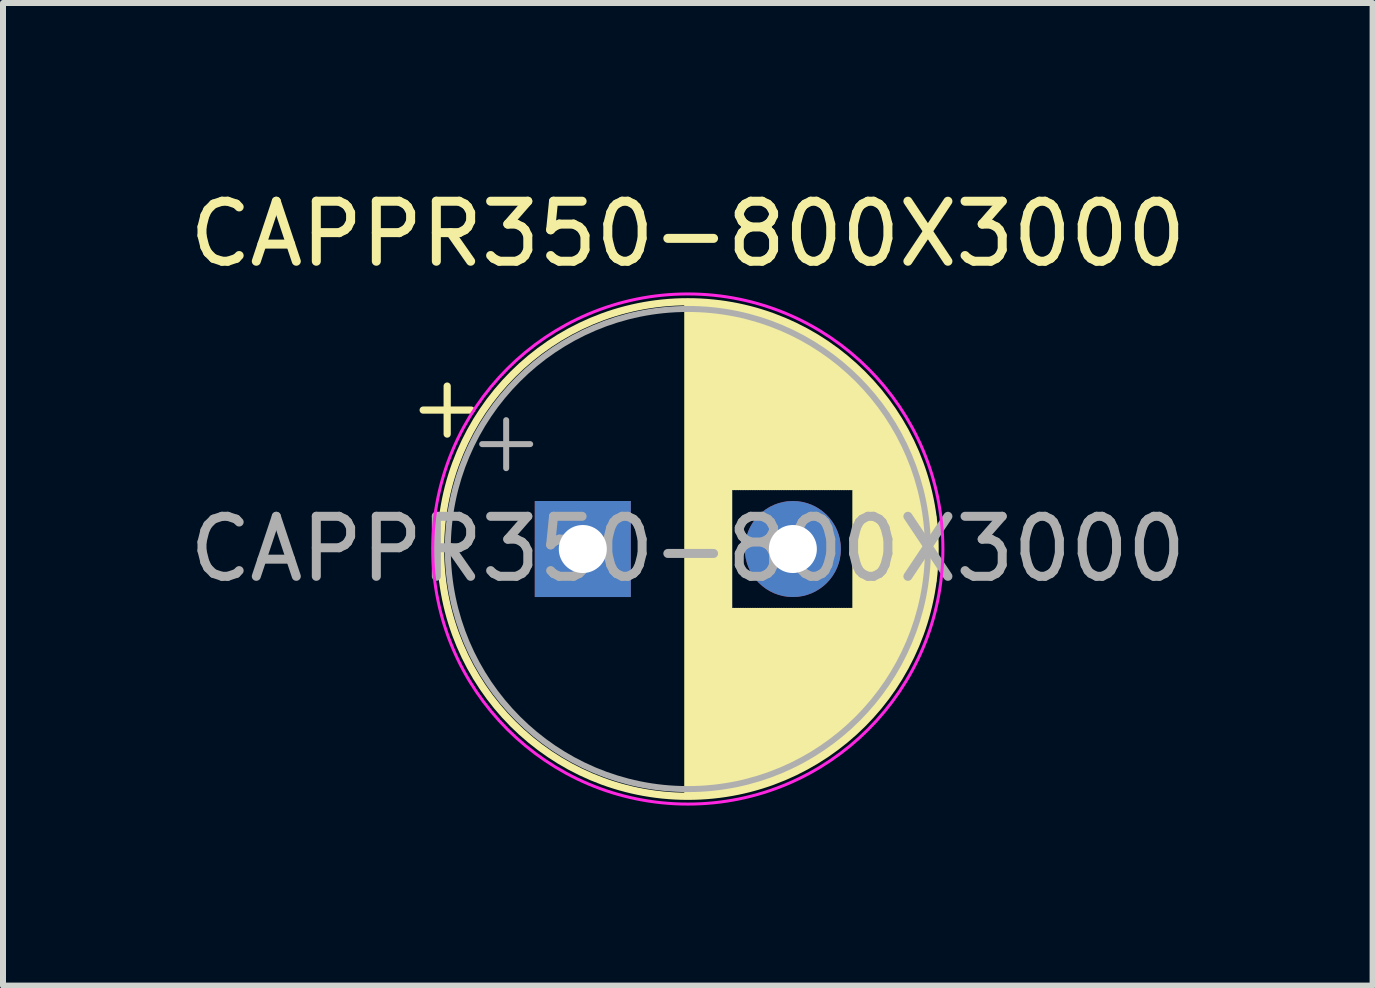
<source format=kicad_pcb>
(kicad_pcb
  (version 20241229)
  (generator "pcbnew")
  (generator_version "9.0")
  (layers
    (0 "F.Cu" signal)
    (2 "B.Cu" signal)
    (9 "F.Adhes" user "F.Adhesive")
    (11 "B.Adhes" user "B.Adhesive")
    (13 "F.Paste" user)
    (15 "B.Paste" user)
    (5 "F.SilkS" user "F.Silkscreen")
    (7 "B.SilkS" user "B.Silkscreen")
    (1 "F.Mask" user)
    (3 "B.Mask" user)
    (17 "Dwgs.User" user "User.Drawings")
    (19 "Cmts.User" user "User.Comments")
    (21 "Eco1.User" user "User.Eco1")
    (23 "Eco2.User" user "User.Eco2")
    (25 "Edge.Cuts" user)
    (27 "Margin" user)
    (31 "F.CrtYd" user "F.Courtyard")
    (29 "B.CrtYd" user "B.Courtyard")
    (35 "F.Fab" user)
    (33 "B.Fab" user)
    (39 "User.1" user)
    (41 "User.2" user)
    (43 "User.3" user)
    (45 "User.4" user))
  (footprint "CAPPR350-800X3000"
    (layer "F.Cu")
    (at 6.661 6.098)
    (property "Reference" "CAPPR350-800X3000" (at 1.75 -5.25 0) (layer "F.SilkS") (effects (font (size 1 1) (thickness 0.15))))
    (attr through_hole)
    (fp_line (start -2.66 -2.315) (end -1.86 -2.315) (stroke (width 0.12) (type solid)) (layer "F.SilkS"))
    (fp_line (start -2.26 -2.715) (end -2.26 -1.915) (stroke (width 0.12) (type solid)) (layer "F.SilkS"))
    (fp_line (start 1.75 -4.08) (end 1.75 4.08) (stroke (width 0.12) (type solid)) (layer "F.SilkS"))
    (fp_line (start 1.79 -4.08) (end 1.79 4.08) (stroke (width 0.12) (type solid)) (layer "F.SilkS"))
    (fp_line (start 1.83 -4.08) (end 1.83 4.08) (stroke (width 0.12) (type solid)) (layer "F.SilkS"))
    (fp_line (start 1.87 -4.079) (end 1.87 4.079) (stroke (width 0.12) (type solid)) (layer "F.SilkS"))
    (fp_line (start 1.91 -4.077) (end 1.91 4.077) (stroke (width 0.12) (type solid)) (layer "F.SilkS"))
    (fp_line (start 1.95 -4.076) (end 1.95 4.076) (stroke (width 0.12) (type solid)) (layer "F.SilkS"))
    (fp_line (start 1.99 -4.074) (end 1.99 4.074) (stroke (width 0.12) (type solid)) (layer "F.SilkS"))
    (fp_line (start 2.03 -4.071) (end 2.03 4.071) (stroke (width 0.12) (type solid)) (layer "F.SilkS"))
    (fp_line (start 2.07 -4.068) (end 2.07 4.068) (stroke (width 0.12) (type solid)) (layer "F.SilkS"))
    (fp_line (start 2.11 -4.065) (end 2.11 4.065) (stroke (width 0.12) (type solid)) (layer "F.SilkS"))
    (fp_line (start 2.15 -4.061) (end 2.15 4.061) (stroke (width 0.12) (type solid)) (layer "F.SilkS"))
    (fp_line (start 2.19 -4.057) (end 2.19 4.057) (stroke (width 0.12) (type solid)) (layer "F.SilkS"))
    (fp_line (start 2.23 -4.052) (end 2.23 4.052) (stroke (width 0.12) (type solid)) (layer "F.SilkS"))
    (fp_line (start 2.27 -4.048) (end 2.27 4.048) (stroke (width 0.12) (type solid)) (layer "F.SilkS"))
    (fp_line (start 2.31 -4.042) (end 2.31 4.042) (stroke (width 0.12) (type solid)) (layer "F.SilkS"))
    (fp_line (start 2.35 -4.037) (end 2.35 4.037) (stroke (width 0.12) (type solid)) (layer "F.SilkS"))
    (fp_line (start 2.39 -4.03) (end 2.39 4.03) (stroke (width 0.12) (type solid)) (layer "F.SilkS"))
    (fp_line (start 2.43 -4.024) (end 2.43 4.024) (stroke (width 0.12) (type solid)) (layer "F.SilkS"))
    (fp_line (start 2.471 -4.017) (end 2.471 -1.04) (stroke (width 0.12) (type solid)) (layer "F.SilkS"))
    (fp_line (start 2.471 1.04) (end 2.471 4.017) (stroke (width 0.12) (type solid)) (layer "F.SilkS"))
    (fp_line (start 2.511 -4.01) (end 2.511 -1.04) (stroke (width 0.12) (type solid)) (layer "F.SilkS"))
    (fp_line (start 2.511 1.04) (end 2.511 4.01) (stroke (width 0.12) (type solid)) (layer "F.SilkS"))
    (fp_line (start 2.551 -4.002) (end 2.551 -1.04) (stroke (width 0.12) (type solid)) (layer "F.SilkS"))
    (fp_line (start 2.551 1.04) (end 2.551 4.002) (stroke (width 0.12) (type solid)) (layer "F.SilkS"))
    (fp_line (start 2.591 -3.994) (end 2.591 -1.04) (stroke (width 0.12) (type solid)) (layer "F.SilkS"))
    (fp_line (start 2.591 1.04) (end 2.591 3.994) (stroke (width 0.12) (type solid)) (layer "F.SilkS"))
    (fp_line (start 2.631 -3.985) (end 2.631 -1.04) (stroke (width 0.12) (type solid)) (layer "F.SilkS"))
    (fp_line (start 2.631 1.04) (end 2.631 3.985) (stroke (width 0.12) (type solid)) (layer "F.SilkS"))
    (fp_line (start 2.671 -3.976) (end 2.671 -1.04) (stroke (width 0.12) (type solid)) (layer "F.SilkS"))
    (fp_line (start 2.671 1.04) (end 2.671 3.976) (stroke (width 0.12) (type solid)) (layer "F.SilkS"))
    (fp_line (start 2.711 -3.967) (end 2.711 -1.04) (stroke (width 0.12) (type solid)) (layer "F.SilkS"))
    (fp_line (start 2.711 1.04) (end 2.711 3.967) (stroke (width 0.12) (type solid)) (layer "F.SilkS"))
    (fp_line (start 2.751 -3.957) (end 2.751 -1.04) (stroke (width 0.12) (type solid)) (layer "F.SilkS"))
    (fp_line (start 2.751 1.04) (end 2.751 3.957) (stroke (width 0.12) (type solid)) (layer "F.SilkS"))
    (fp_line (start 2.791 -3.947) (end 2.791 -1.04) (stroke (width 0.12) (type solid)) (layer "F.SilkS"))
    (fp_line (start 2.791 1.04) (end 2.791 3.947) (stroke (width 0.12) (type solid)) (layer "F.SilkS"))
    (fp_line (start 2.831 -3.936) (end 2.831 -1.04) (stroke (width 0.12) (type solid)) (layer "F.SilkS"))
    (fp_line (start 2.831 1.04) (end 2.831 3.936) (stroke (width 0.12) (type solid)) (layer "F.SilkS"))
    (fp_line (start 2.871 -3.925) (end 2.871 -1.04) (stroke (width 0.12) (type solid)) (layer "F.SilkS"))
    (fp_line (start 2.871 1.04) (end 2.871 3.925) (stroke (width 0.12) (type solid)) (layer "F.SilkS"))
    (fp_line (start 2.911 -3.914) (end 2.911 -1.04) (stroke (width 0.12) (type solid)) (layer "F.SilkS"))
    (fp_line (start 2.911 1.04) (end 2.911 3.914) (stroke (width 0.12) (type solid)) (layer "F.SilkS"))
    (fp_line (start 2.951 -3.902) (end 2.951 -1.04) (stroke (width 0.12) (type solid)) (layer "F.SilkS"))
    (fp_line (start 2.951 1.04) (end 2.951 3.902) (stroke (width 0.12) (type solid)) (layer "F.SilkS"))
    (fp_line (start 2.991 -3.889) (end 2.991 -1.04) (stroke (width 0.12) (type solid)) (layer "F.SilkS"))
    (fp_line (start 2.991 1.04) (end 2.991 3.889) (stroke (width 0.12) (type solid)) (layer "F.SilkS"))
    (fp_line (start 3.031 -3.877) (end 3.031 -1.04) (stroke (width 0.12) (type solid)) (layer "F.SilkS"))
    (fp_line (start 3.031 1.04) (end 3.031 3.877) (stroke (width 0.12) (type solid)) (layer "F.SilkS"))
    (fp_line (start 3.071 -3.863) (end 3.071 -1.04) (stroke (width 0.12) (type solid)) (layer "F.SilkS"))
    (fp_line (start 3.071 1.04) (end 3.071 3.863) (stroke (width 0.12) (type solid)) (layer "F.SilkS"))
    (fp_line (start 3.111 -3.85) (end 3.111 -1.04) (stroke (width 0.12) (type solid)) (layer "F.SilkS"))
    (fp_line (start 3.111 1.04) (end 3.111 3.85) (stroke (width 0.12) (type solid)) (layer "F.SilkS"))
    (fp_line (start 3.151 -3.835) (end 3.151 -1.04) (stroke (width 0.12) (type solid)) (layer "F.SilkS"))
    (fp_line (start 3.151 1.04) (end 3.151 3.835) (stroke (width 0.12) (type solid)) (layer "F.SilkS"))
    (fp_line (start 3.191 -3.821) (end 3.191 -1.04) (stroke (width 0.12) (type solid)) (layer "F.SilkS"))
    (fp_line (start 3.191 1.04) (end 3.191 3.821) (stroke (width 0.12) (type solid)) (layer "F.SilkS"))
    (fp_line (start 3.231 -3.805) (end 3.231 -1.04) (stroke (width 0.12) (type solid)) (layer "F.SilkS"))
    (fp_line (start 3.231 1.04) (end 3.231 3.805) (stroke (width 0.12) (type solid)) (layer "F.SilkS"))
    (fp_line (start 3.271 -3.79) (end 3.271 -1.04) (stroke (width 0.12) (type solid)) (layer "F.SilkS"))
    (fp_line (start 3.271 1.04) (end 3.271 3.79) (stroke (width 0.12) (type solid)) (layer "F.SilkS"))
    (fp_line (start 3.311 -3.774) (end 3.311 -1.04) (stroke (width 0.12) (type solid)) (layer "F.SilkS"))
    (fp_line (start 3.311 1.04) (end 3.311 3.774) (stroke (width 0.12) (type solid)) (layer "F.SilkS"))
    (fp_line (start 3.351 -3.757) (end 3.351 -1.04) (stroke (width 0.12) (type solid)) (layer "F.SilkS"))
    (fp_line (start 3.351 1.04) (end 3.351 3.757) (stroke (width 0.12) (type solid)) (layer "F.SilkS"))
    (fp_line (start 3.391 -3.74) (end 3.391 -1.04) (stroke (width 0.12) (type solid)) (layer "F.SilkS"))
    (fp_line (start 3.391 1.04) (end 3.391 3.74) (stroke (width 0.12) (type solid)) (layer "F.SilkS"))
    (fp_line (start 3.431 -3.722) (end 3.431 -1.04) (stroke (width 0.12) (type solid)) (layer "F.SilkS"))
    (fp_line (start 3.431 1.04) (end 3.431 3.722) (stroke (width 0.12) (type solid)) (layer "F.SilkS"))
    (fp_line (start 3.471 -3.704) (end 3.471 -1.04) (stroke (width 0.12) (type solid)) (layer "F.SilkS"))
    (fp_line (start 3.471 1.04) (end 3.471 3.704) (stroke (width 0.12) (type solid)) (layer "F.SilkS"))
    (fp_line (start 3.511 -3.686) (end 3.511 -1.04) (stroke (width 0.12) (type solid)) (layer "F.SilkS"))
    (fp_line (start 3.511 1.04) (end 3.511 3.686) (stroke (width 0.12) (type solid)) (layer "F.SilkS"))
    (fp_line (start 3.551 -3.666) (end 3.551 -1.04) (stroke (width 0.12) (type solid)) (layer "F.SilkS"))
    (fp_line (start 3.551 1.04) (end 3.551 3.666) (stroke (width 0.12) (type solid)) (layer "F.SilkS"))
    (fp_line (start 3.591 -3.647) (end 3.591 -1.04) (stroke (width 0.12) (type solid)) (layer "F.SilkS"))
    (fp_line (start 3.591 1.04) (end 3.591 3.647) (stroke (width 0.12) (type solid)) (layer "F.SilkS"))
    (fp_line (start 3.631 -3.627) (end 3.631 -1.04) (stroke (width 0.12) (type solid)) (layer "F.SilkS"))
    (fp_line (start 3.631 1.04) (end 3.631 3.627) (stroke (width 0.12) (type solid)) (layer "F.SilkS"))
    (fp_line (start 3.671 -3.606) (end 3.671 -1.04) (stroke (width 0.12) (type solid)) (layer "F.SilkS"))
    (fp_line (start 3.671 1.04) (end 3.671 3.606) (stroke (width 0.12) (type solid)) (layer "F.SilkS"))
    (fp_line (start 3.711 -3.584) (end 3.711 -1.04) (stroke (width 0.12) (type solid)) (layer "F.SilkS"))
    (fp_line (start 3.711 1.04) (end 3.711 3.584) (stroke (width 0.12) (type solid)) (layer "F.SilkS"))
    (fp_line (start 3.751 -3.562) (end 3.751 -1.04) (stroke (width 0.12) (type solid)) (layer "F.SilkS"))
    (fp_line (start 3.751 1.04) (end 3.751 3.562) (stroke (width 0.12) (type solid)) (layer "F.SilkS"))
    (fp_line (start 3.791 -3.54) (end 3.791 -1.04) (stroke (width 0.12) (type solid)) (layer "F.SilkS"))
    (fp_line (start 3.791 1.04) (end 3.791 3.54) (stroke (width 0.12) (type solid)) (layer "F.SilkS"))
    (fp_line (start 3.831 -3.517) (end 3.831 -1.04) (stroke (width 0.12) (type solid)) (layer "F.SilkS"))
    (fp_line (start 3.831 1.04) (end 3.831 3.517) (stroke (width 0.12) (type solid)) (layer "F.SilkS"))
    (fp_line (start 3.871 -3.493) (end 3.871 -1.04) (stroke (width 0.12) (type solid)) (layer "F.SilkS"))
    (fp_line (start 3.871 1.04) (end 3.871 3.493) (stroke (width 0.12) (type solid)) (layer "F.SilkS"))
    (fp_line (start 3.911 -3.469) (end 3.911 -1.04) (stroke (width 0.12) (type solid)) (layer "F.SilkS"))
    (fp_line (start 3.911 1.04) (end 3.911 3.469) (stroke (width 0.12) (type solid)) (layer "F.SilkS"))
    (fp_line (start 3.951 -3.444) (end 3.951 -1.04) (stroke (width 0.12) (type solid)) (layer "F.SilkS"))
    (fp_line (start 3.951 1.04) (end 3.951 3.444) (stroke (width 0.12) (type solid)) (layer "F.SilkS"))
    (fp_line (start 3.991 -3.418) (end 3.991 -1.04) (stroke (width 0.12) (type solid)) (layer "F.SilkS"))
    (fp_line (start 3.991 1.04) (end 3.991 3.418) (stroke (width 0.12) (type solid)) (layer "F.SilkS"))
    (fp_line (start 4.031 -3.392) (end 4.031 -1.04) (stroke (width 0.12) (type solid)) (layer "F.SilkS"))
    (fp_line (start 4.031 1.04) (end 4.031 3.392) (stroke (width 0.12) (type solid)) (layer "F.SilkS"))
    (fp_line (start 4.071 -3.365) (end 4.071 -1.04) (stroke (width 0.12) (type solid)) (layer "F.SilkS"))
    (fp_line (start 4.071 1.04) (end 4.071 3.365) (stroke (width 0.12) (type solid)) (layer "F.SilkS"))
    (fp_line (start 4.111 -3.338) (end 4.111 -1.04) (stroke (width 0.12) (type solid)) (layer "F.SilkS"))
    (fp_line (start 4.111 1.04) (end 4.111 3.338) (stroke (width 0.12) (type solid)) (layer "F.SilkS"))
    (fp_line (start 4.151 -3.309) (end 4.151 -1.04) (stroke (width 0.12) (type solid)) (layer "F.SilkS"))
    (fp_line (start 4.151 1.04) (end 4.151 3.309) (stroke (width 0.12) (type solid)) (layer "F.SilkS"))
    (fp_line (start 4.191 -3.28) (end 4.191 -1.04) (stroke (width 0.12) (type solid)) (layer "F.SilkS"))
    (fp_line (start 4.191 1.04) (end 4.191 3.28) (stroke (width 0.12) (type solid)) (layer "F.SilkS"))
    (fp_line (start 4.231 -3.25) (end 4.231 -1.04) (stroke (width 0.12) (type solid)) (layer "F.SilkS"))
    (fp_line (start 4.231 1.04) (end 4.231 3.25) (stroke (width 0.12) (type solid)) (layer "F.SilkS"))
    (fp_line (start 4.271 -3.22) (end 4.271 -1.04) (stroke (width 0.12) (type solid)) (layer "F.SilkS"))
    (fp_line (start 4.271 1.04) (end 4.271 3.22) (stroke (width 0.12) (type solid)) (layer "F.SilkS"))
    (fp_line (start 4.311 -3.189) (end 4.311 -1.04) (stroke (width 0.12) (type solid)) (layer "F.SilkS"))
    (fp_line (start 4.311 1.04) (end 4.311 3.189) (stroke (width 0.12) (type solid)) (layer "F.SilkS"))
    (fp_line (start 4.351 -3.156) (end 4.351 -1.04) (stroke (width 0.12) (type solid)) (layer "F.SilkS"))
    (fp_line (start 4.351 1.04) (end 4.351 3.156) (stroke (width 0.12) (type solid)) (layer "F.SilkS"))
    (fp_line (start 4.391 -3.124) (end 4.391 -1.04) (stroke (width 0.12) (type solid)) (layer "F.SilkS"))
    (fp_line (start 4.391 1.04) (end 4.391 3.124) (stroke (width 0.12) (type solid)) (layer "F.SilkS"))
    (fp_line (start 4.431 -3.09) (end 4.431 -1.04) (stroke (width 0.12) (type solid)) (layer "F.SilkS"))
    (fp_line (start 4.431 1.04) (end 4.431 3.09) (stroke (width 0.12) (type solid)) (layer "F.SilkS"))
    (fp_line (start 4.471 -3.055) (end 4.471 -1.04) (stroke (width 0.12) (type solid)) (layer "F.SilkS"))
    (fp_line (start 4.471 1.04) (end 4.471 3.055) (stroke (width 0.12) (type solid)) (layer "F.SilkS"))
    (fp_line (start 4.511 -3.019) (end 4.511 -1.04) (stroke (width 0.12) (type solid)) (layer "F.SilkS"))
    (fp_line (start 4.511 1.04) (end 4.511 3.019) (stroke (width 0.12) (type solid)) (layer "F.SilkS"))
    (fp_line (start 4.551 -2.983) (end 4.551 2.983) (stroke (width 0.12) (type solid)) (layer "F.SilkS"))
    (fp_line (start 4.591 -2.945) (end 4.591 2.945) (stroke (width 0.12) (type solid)) (layer "F.SilkS"))
    (fp_line (start 4.631 -2.907) (end 4.631 2.907) (stroke (width 0.12) (type solid)) (layer "F.SilkS"))
    (fp_line (start 4.671 -2.867) (end 4.671 2.867) (stroke (width 0.12) (type solid)) (layer "F.SilkS"))
    (fp_line (start 4.711 -2.826) (end 4.711 2.826) (stroke (width 0.12) (type solid)) (layer "F.SilkS"))
    (fp_line (start 4.751 -2.784) (end 4.751 2.784) (stroke (width 0.12) (type solid)) (layer "F.SilkS"))
    (fp_line (start 4.791 -2.741) (end 4.791 2.741) (stroke (width 0.12) (type solid)) (layer "F.SilkS"))
    (fp_line (start 4.831 -2.697) (end 4.831 2.697) (stroke (width 0.12) (type solid)) (layer "F.SilkS"))
    (fp_line (start 4.871 -2.651) (end 4.871 2.651) (stroke (width 0.12) (type solid)) (layer "F.SilkS"))
    (fp_line (start 4.911 -2.604) (end 4.911 2.604) (stroke (width 0.12) (type solid)) (layer "F.SilkS"))
    (fp_line (start 4.951 -2.556) (end 4.951 2.556) (stroke (width 0.12) (type solid)) (layer "F.SilkS"))
    (fp_line (start 4.991 -2.505) (end 4.991 2.505) (stroke (width 0.12) (type solid)) (layer "F.SilkS"))
    (fp_line (start 5.031 -2.454) (end 5.031 2.454) (stroke (width 0.12) (type solid)) (layer "F.SilkS"))
    (fp_line (start 5.071 -2.4) (end 5.071 2.4) (stroke (width 0.12) (type solid)) (layer "F.SilkS"))
    (fp_line (start 5.111 -2.345) (end 5.111 2.345) (stroke (width 0.12) (type solid)) (layer "F.SilkS"))
    (fp_line (start 5.151 -2.287) (end 5.151 2.287) (stroke (width 0.12) (type solid)) (layer "F.SilkS"))
    (fp_line (start 5.191 -2.228) (end 5.191 2.228) (stroke (width 0.12) (type solid)) (layer "F.SilkS"))
    (fp_line (start 5.231 -2.166) (end 5.231 2.166) (stroke (width 0.12) (type solid)) (layer "F.SilkS"))
    (fp_line (start 5.271 -2.102) (end 5.271 2.102) (stroke (width 0.12) (type solid)) (layer "F.SilkS"))
    (fp_line (start 5.311 -2.034) (end 5.311 2.034) (stroke (width 0.12) (type solid)) (layer "F.SilkS"))
    (fp_line (start 5.351 -1.964) (end 5.351 1.964) (stroke (width 0.12) (type solid)) (layer "F.SilkS"))
    (fp_line (start 5.391 -1.89) (end 5.391 1.89) (stroke (width 0.12) (type solid)) (layer "F.SilkS"))
    (fp_line (start 5.431 -1.813) (end 5.431 1.813) (stroke (width 0.12) (type solid)) (layer "F.SilkS"))
    (fp_line (start 5.471 -1.731) (end 5.471 1.731) (stroke (width 0.12) (type solid)) (layer "F.SilkS"))
    (fp_line (start 5.511 -1.645) (end 5.511 1.645) (stroke (width 0.12) (type solid)) (layer "F.SilkS"))
    (fp_line (start 5.551 -1.552) (end 5.551 1.552) (stroke (width 0.12) (type solid)) (layer "F.SilkS"))
    (fp_line (start 5.591 -1.453) (end 5.591 1.453) (stroke (width 0.12) (type solid)) (layer "F.SilkS"))
    (fp_line (start 5.631 -1.346) (end 5.631 1.346) (stroke (width 0.12) (type solid)) (layer "F.SilkS"))
    (fp_line (start 5.671 -1.229) (end 5.671 1.229) (stroke (width 0.12) (type solid)) (layer "F.SilkS"))
    (fp_line (start 5.711 -1.098) (end 5.711 1.098) (stroke (width 0.12) (type solid)) (layer "F.SilkS"))
    (fp_line (start 5.751 -0.948) (end 5.751 0.948) (stroke (width 0.12) (type solid)) (layer "F.SilkS"))
    (fp_line (start 5.791 -0.768) (end 5.791 0.768) (stroke (width 0.12) (type solid)) (layer "F.SilkS"))
    (fp_line (start 5.831 -0.533) (end 5.831 0.533) (stroke (width 0.12) (type solid)) (layer "F.SilkS"))
    (fp_circle (center 1.75 0) (end 5.87 0) (stroke (width 0.12) (type solid)) (fill no) (layer "F.SilkS"))
    (fp_circle (center 1.75 0) (end 6 0) (stroke (width 0.05) (type solid)) (fill no) (layer "F.CrtYd"))
    (fp_line (start -1.677 -1.748) (end -0.877 -1.748) (stroke (width 0.1) (type solid)) (layer "F.Fab"))
    (fp_line (start -1.277 -2.147) (end -1.277 -1.347) (stroke (width 0.1) (type solid)) (layer "F.Fab"))
    (fp_circle (center 1.75 0) (end 5.75 0) (stroke (width 0.1) (type solid)) (fill no) (layer "F.Fab"))
    (fp_text user "${REFERENCE}" (at 1.75 0 0) (layer "F.Fab") (effects (font (size 1 1) (thickness 0.15))))
    (pad "1" thru_hole rect (at 0 0) (size 1.6 1.6) (drill 0.8) (layers "*.Cu" "*.Mask"))
    (pad "2" thru_hole circle (at 3.5 0) (size 1.6 1.6) (drill 0.8) (layers "*.Cu" "*.Mask")))
  (gr_rect
    (start -3 -3)
    (end 19.821 13.373)
    (stroke (width 0.1) (type default))
    (fill no)
    (layer "Edge.Cuts")))
</source>
